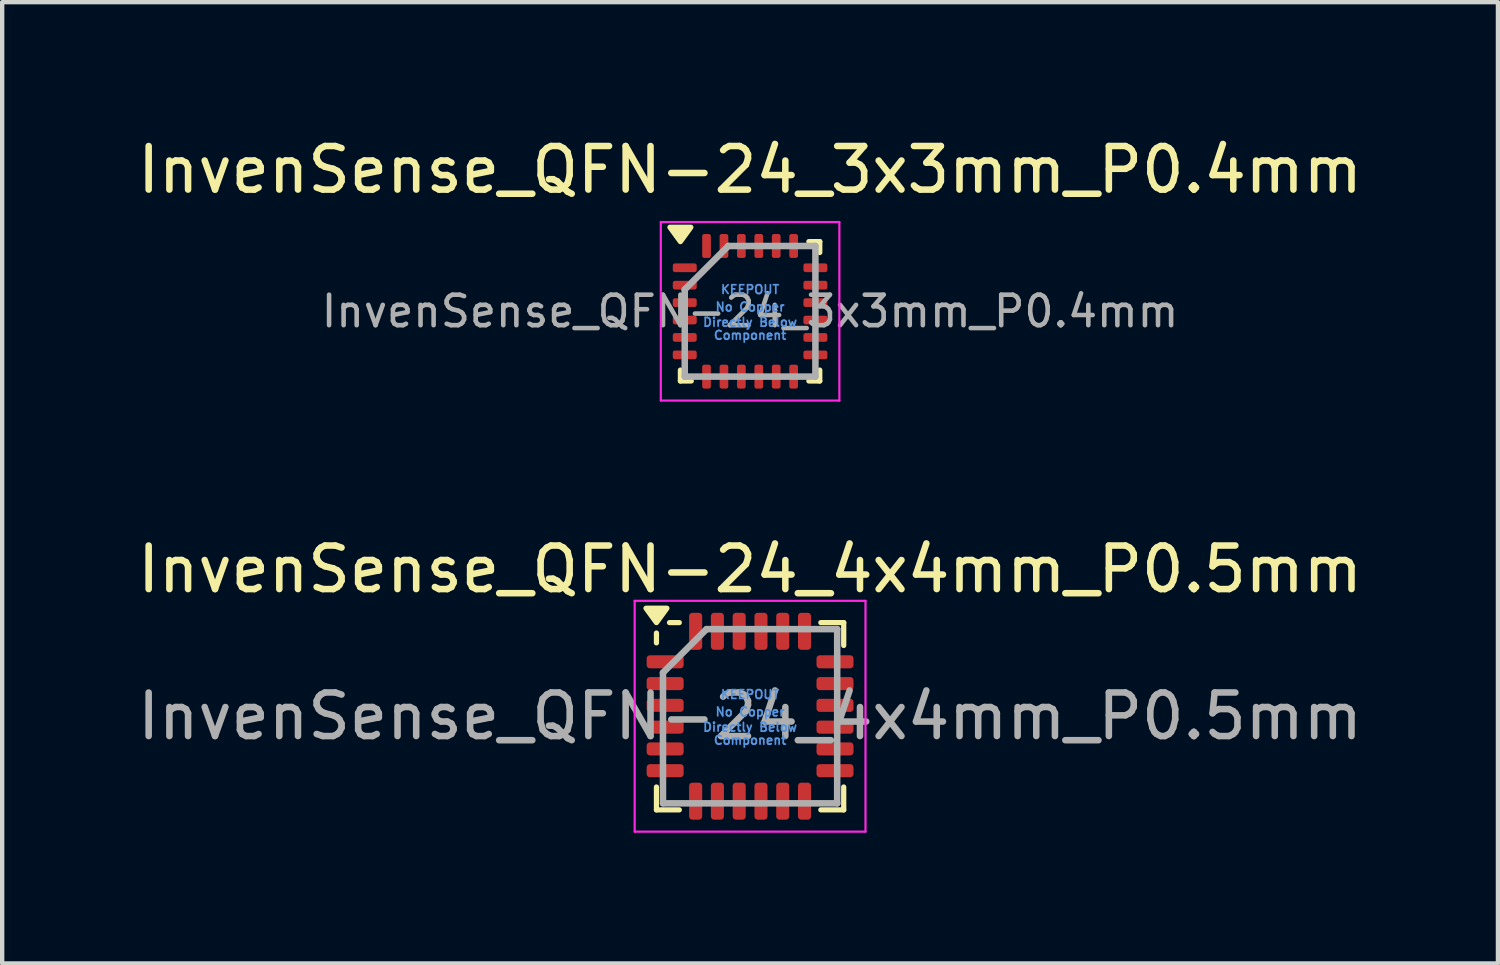
<source format=kicad_pcb>
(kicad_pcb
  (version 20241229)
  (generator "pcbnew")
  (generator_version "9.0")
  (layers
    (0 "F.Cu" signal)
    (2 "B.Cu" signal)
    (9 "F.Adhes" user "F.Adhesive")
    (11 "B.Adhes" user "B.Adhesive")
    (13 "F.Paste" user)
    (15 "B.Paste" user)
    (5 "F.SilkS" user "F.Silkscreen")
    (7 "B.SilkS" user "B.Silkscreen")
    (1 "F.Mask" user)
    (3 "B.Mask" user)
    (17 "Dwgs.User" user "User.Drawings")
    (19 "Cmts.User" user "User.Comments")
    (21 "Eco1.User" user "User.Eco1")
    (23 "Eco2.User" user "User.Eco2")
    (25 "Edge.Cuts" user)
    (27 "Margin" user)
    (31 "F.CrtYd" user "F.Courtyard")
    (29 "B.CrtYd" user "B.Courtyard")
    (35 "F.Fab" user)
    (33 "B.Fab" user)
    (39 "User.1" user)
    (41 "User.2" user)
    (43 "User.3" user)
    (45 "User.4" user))
  (footprint "InvenSense_QFN-24_4x4mm_P0.5mm"
    (layer "F.Cu")
    (at 14.173 13.396)
    (property "Reference" "InvenSense_QFN-24_4x4mm_P0.5mm" (at 0 -3.375 0) (layer "F.SilkS") (effects (font (size 1 1) (thickness 0.15))))
    (attr smd)
    (fp_line (start -2.15 -1.685) (end -2.15 -1.91) (stroke (width 0.12) (type solid)) (layer "F.SilkS"))
    (fp_line (start -2.15 2.15) (end -2.15 1.625) (stroke (width 0.12) (type solid)) (layer "F.SilkS"))
    (fp_line (start -2.15 2.15) (end -1.625 2.15) (stroke (width 0.12) (type solid)) (layer "F.SilkS"))
    (fp_line (start -1.625 -2.15) (end -1.85 -2.15) (stroke (width 0.12) (type solid)) (layer "F.SilkS"))
    (fp_line (start 2.15 -2.15) (end 1.625 -2.15) (stroke (width 0.12) (type solid)) (layer "F.SilkS"))
    (fp_line (start 2.15 -2.15) (end 2.15 -1.625) (stroke (width 0.12) (type solid)) (layer "F.SilkS"))
    (fp_line (start 2.15 2.15) (end 1.625 2.15) (stroke (width 0.12) (type solid)) (layer "F.SilkS"))
    (fp_line (start 2.15 2.15) (end 2.15 1.625) (stroke (width 0.12) (type solid)) (layer "F.SilkS"))
    (fp_poly (pts (xy -2.15 -2.15) (xy -2.39 -2.48) (xy -1.91 -2.48) (xy -2.15 -2.15)) (stroke (width 0.12) (type solid)) (fill yes) (layer "F.SilkS"))
    (fp_line (start -2.65 -2.65) (end -2.65 2.65) (stroke (width 0.05) (type solid)) (layer "F.CrtYd"))
    (fp_line (start -2.65 -2.65) (end 2.65 -2.65) (stroke (width 0.05) (type solid)) (layer "F.CrtYd"))
    (fp_line (start -2.65 2.65) (end 2.65 2.65) (stroke (width 0.05) (type solid)) (layer "F.CrtYd"))
    (fp_line (start 2.65 -2.65) (end 2.65 2.65) (stroke (width 0.05) (type solid)) (layer "F.CrtYd"))
    (fp_line (start -2 -1) (end -1 -2) (stroke (width 0.15) (type solid)) (layer "F.Fab"))
    (fp_line (start -2 2) (end -2 -1) (stroke (width 0.15) (type solid)) (layer "F.Fab"))
    (fp_line (start -1 -2) (end 2 -2) (stroke (width 0.15) (type solid)) (layer "F.Fab"))
    (fp_line (start 2 -2) (end 2 2) (stroke (width 0.15) (type solid)) (layer "F.Fab"))
    (fp_line (start 2 2) (end -2 2) (stroke (width 0.15) (type solid)) (layer "F.Fab"))
    (fp_text user "Directly Below" (at 0 0.25 0) (layer "Cmts.User") (effects (font (size 0.2 0.2) (thickness 0.04))))
    (fp_text user "No Copper" (at 0 -0.1 0) (layer "Cmts.User") (effects (font (size 0.2 0.2) (thickness 0.04))))
    (fp_text user "KEEPOUT" (at 0 -0.5 0) (layer "Cmts.User") (effects (font (size 0.2 0.2) (thickness 0.04))))
    (fp_text user "Component" (at 0 0.55 0) (layer "Cmts.User") (effects (font (size 0.2 0.2) (thickness 0.04))))
    (fp_text user "${REFERENCE}" (at 0 0 0) (layer "F.Fab") (effects (font (size 1 1) (thickness 0.15))))
    (pad "1" smd roundrect (at -1.95 -1.25) (size 0.85 0.3) (layers "F.Cu" "F.Mask" "F.Paste") (roundrect_rratio 0.25))
    (pad "2" smd roundrect (at -1.95 -0.75) (size 0.85 0.3) (layers "F.Cu" "F.Mask" "F.Paste") (roundrect_rratio 0.25))
    (pad "3" smd roundrect (at -1.95 -0.25) (size 0.85 0.3) (layers "F.Cu" "F.Mask" "F.Paste") (roundrect_rratio 0.25))
    (pad "4" smd roundrect (at -1.95 0.25) (size 0.85 0.3) (layers "F.Cu" "F.Mask" "F.Paste") (roundrect_rratio 0.25))
    (pad "5" smd roundrect (at -1.95 0.75) (size 0.85 0.3) (layers "F.Cu" "F.Mask" "F.Paste") (roundrect_rratio 0.25))
    (pad "6" smd roundrect (at -1.95 1.25) (size 0.85 0.3) (layers "F.Cu" "F.Mask" "F.Paste") (roundrect_rratio 0.25))
    (pad "7" smd roundrect (at -1.25 1.95 90) (size 0.85 0.3) (layers "F.Cu" "F.Mask" "F.Paste") (roundrect_rratio 0.25))
    (pad "8" smd roundrect (at -0.75 1.95 90) (size 0.85 0.3) (layers "F.Cu" "F.Mask" "F.Paste") (roundrect_rratio 0.25))
    (pad "9" smd roundrect (at -0.25 1.95 90) (size 0.85 0.3) (layers "F.Cu" "F.Mask" "F.Paste") (roundrect_rratio 0.25))
    (pad "10" smd roundrect (at 0.25 1.95 90) (size 0.85 0.3) (layers "F.Cu" "F.Mask" "F.Paste") (roundrect_rratio 0.25))
    (pad "11" smd roundrect (at 0.75 1.95 90) (size 0.85 0.3) (layers "F.Cu" "F.Mask" "F.Paste") (roundrect_rratio 0.25))
    (pad "12" smd roundrect (at 1.25 1.95 90) (size 0.85 0.3) (layers "F.Cu" "F.Mask" "F.Paste") (roundrect_rratio 0.25))
    (pad "13" smd roundrect (at 1.95 1.25) (size 0.85 0.3) (layers "F.Cu" "F.Mask" "F.Paste") (roundrect_rratio 0.25))
    (pad "14" smd roundrect (at 1.95 0.75) (size 0.85 0.3) (layers "F.Cu" "F.Mask" "F.Paste") (roundrect_rratio 0.25))
    (pad "15" smd roundrect (at 1.95 0.25) (size 0.85 0.3) (layers "F.Cu" "F.Mask" "F.Paste") (roundrect_rratio 0.25))
    (pad "16" smd roundrect (at 1.95 -0.25) (size 0.85 0.3) (layers "F.Cu" "F.Mask" "F.Paste") (roundrect_rratio 0.25))
    (pad "17" smd roundrect (at 1.95 -0.75) (size 0.85 0.3) (layers "F.Cu" "F.Mask" "F.Paste") (roundrect_rratio 0.25))
    (pad "18" smd roundrect (at 1.95 -1.25) (size 0.85 0.3) (layers "F.Cu" "F.Mask" "F.Paste") (roundrect_rratio 0.25))
    (pad "19" smd roundrect (at 1.25 -1.95 90) (size 0.85 0.3) (layers "F.Cu" "F.Mask" "F.Paste") (roundrect_rratio 0.25))
    (pad "20" smd roundrect (at 0.75 -1.95 90) (size 0.85 0.3) (layers "F.Cu" "F.Mask" "F.Paste") (roundrect_rratio 0.25))
    (pad "21" smd roundrect (at 0.25 -1.95 90) (size 0.85 0.3) (layers "F.Cu" "F.Mask" "F.Paste") (roundrect_rratio 0.25))
    (pad "22" smd roundrect (at -0.25 -1.95 90) (size 0.85 0.3) (layers "F.Cu" "F.Mask" "F.Paste") (roundrect_rratio 0.25))
    (pad "23" smd roundrect (at -0.75 -1.95 90) (size 0.85 0.3) (layers "F.Cu" "F.Mask" "F.Paste") (roundrect_rratio 0.25))
    (pad "24" smd roundrect (at -1.25 -1.95 90) (size 0.85 0.3) (layers "F.Cu" "F.Mask" "F.Paste") (roundrect_rratio 0.25))
    (zone (net_name "") (layer "F.Cu") (hatch full 0.508) (connect_pads) (min_thickness 0.254) (filled_areas_thickness no) (keepout (tracks not_allowed) (vias not_allowed) (pads not_allowed) (copperpour not_allowed) (footprints allowed)) (placement (enabled no)) (fill) (polygon (pts (xy 12.798 12.072) (xy 15.548 12.072) (xy 15.548 14.722) (xy 12.798 14.722)))))
  (footprint "InvenSense_QFN-24_3x3mm_P0.4mm"
    (layer "F.Cu")
    (at 14.173 4.098)
    (property "Reference" "InvenSense_QFN-24_3x3mm_P0.4mm" (at 0 -3.25 0) (layer "F.SilkS") (effects (font (size 1 1) (thickness 0.15))))
    (attr smd)
    (fp_line (start -1.6 1.6) (end -1.6 1.35) (stroke (width 0.12) (type solid)) (layer "F.SilkS"))
    (fp_line (start -1.6 1.6) (end -1.35 1.6) (stroke (width 0.12) (type solid)) (layer "F.SilkS"))
    (fp_line (start 1.6 -1.6) (end 1.35 -1.6) (stroke (width 0.12) (type solid)) (layer "F.SilkS"))
    (fp_line (start 1.6 -1.6) (end 1.6 -1.35) (stroke (width 0.12) (type solid)) (layer "F.SilkS"))
    (fp_line (start 1.6 1.6) (end 1.35 1.6) (stroke (width 0.12) (type solid)) (layer "F.SilkS"))
    (fp_line (start 1.6 1.6) (end 1.6 1.35) (stroke (width 0.12) (type solid)) (layer "F.SilkS"))
    (fp_poly (pts (xy -1.6 -1.6) (xy -1.84 -1.93) (xy -1.36 -1.93) (xy -1.6 -1.6)) (stroke (width 0.12) (type solid)) (fill yes) (layer "F.SilkS"))
    (fp_line (start -2.05 -2.05) (end 2.05 -2.05) (stroke (width 0.05) (type solid)) (layer "F.CrtYd"))
    (fp_line (start -2.05 2.05) (end -2.05 -2.05) (stroke (width 0.05) (type solid)) (layer "F.CrtYd"))
    (fp_line (start 2.05 -2.05) (end 2.05 2.05) (stroke (width 0.05) (type solid)) (layer "F.CrtYd"))
    (fp_line (start 2.05 2.05) (end -2.05 2.05) (stroke (width 0.05) (type solid)) (layer "F.CrtYd"))
    (fp_line (start -1.5 -0.5) (end -0.5 -1.5) (stroke (width 0.15) (type solid)) (layer "F.Fab"))
    (fp_line (start -1.5 1.5) (end -1.5 -0.5) (stroke (width 0.15) (type solid)) (layer "F.Fab"))
    (fp_line (start -0.5 -1.5) (end 1.5 -1.5) (stroke (width 0.15) (type solid)) (layer "F.Fab"))
    (fp_line (start 1.5 -1.5) (end 1.5 1.5) (stroke (width 0.15) (type solid)) (layer "F.Fab"))
    (fp_line (start 1.5 1.5) (end -1.5 1.5) (stroke (width 0.15) (type solid)) (layer "F.Fab"))
    (fp_text user "Directly Below" (at 0 0.25 0) (layer "Cmts.User") (effects (font (size 0.2 0.2) (thickness 0.04))))
    (fp_text user "No Copper" (at 0 -0.1 0) (layer "Cmts.User") (effects (font (size 0.2 0.2) (thickness 0.04))))
    (fp_text user "Component" (at 0 0.55 0) (layer "Cmts.User") (effects (font (size 0.2 0.2) (thickness 0.04))))
    (fp_text user "KEEPOUT" (at 0 -0.5 0) (layer "Cmts.User") (effects (font (size 0.2 0.2) (thickness 0.04))))
    (fp_text user "${REFERENCE}" (at 0 0 0) (layer "F.Fab") (effects (font (size 0.7 0.7) (thickness 0.105))))
    (pad "1" smd roundrect (at -1.5 -1) (size 0.55 0.2) (layers "F.Cu" "F.Mask" "F.Paste") (roundrect_rratio 0.25))
    (pad "2" smd roundrect (at -1.5 -0.6) (size 0.55 0.2) (layers "F.Cu" "F.Mask" "F.Paste") (roundrect_rratio 0.25))
    (pad "3" smd roundrect (at -1.5 -0.2) (size 0.55 0.2) (layers "F.Cu" "F.Mask" "F.Paste") (roundrect_rratio 0.25))
    (pad "4" smd roundrect (at -1.5 0.2) (size 0.55 0.2) (layers "F.Cu" "F.Mask" "F.Paste") (roundrect_rratio 0.25))
    (pad "5" smd roundrect (at -1.5 0.6) (size 0.55 0.2) (layers "F.Cu" "F.Mask" "F.Paste") (roundrect_rratio 0.25))
    (pad "6" smd roundrect (at -1.5 1) (size 0.55 0.2) (layers "F.Cu" "F.Mask" "F.Paste") (roundrect_rratio 0.25))
    (pad "7" smd roundrect (at -1 1.5 90) (size 0.55 0.2) (layers "F.Cu" "F.Mask" "F.Paste") (roundrect_rratio 0.25))
    (pad "8" smd roundrect (at -0.6 1.5 90) (size 0.55 0.2) (layers "F.Cu" "F.Mask" "F.Paste") (roundrect_rratio 0.25))
    (pad "9" smd roundrect (at -0.2 1.5 90) (size 0.55 0.2) (layers "F.Cu" "F.Mask" "F.Paste") (roundrect_rratio 0.25))
    (pad "10" smd roundrect (at 0.2 1.5 90) (size 0.55 0.2) (layers "F.Cu" "F.Mask" "F.Paste") (roundrect_rratio 0.25))
    (pad "11" smd roundrect (at 0.6 1.5 90) (size 0.55 0.2) (layers "F.Cu" "F.Mask" "F.Paste") (roundrect_rratio 0.25))
    (pad "12" smd roundrect (at 1 1.5 90) (size 0.55 0.2) (layers "F.Cu" "F.Mask" "F.Paste") (roundrect_rratio 0.25))
    (pad "13" smd roundrect (at 1.5 1) (size 0.55 0.2) (layers "F.Cu" "F.Mask" "F.Paste") (roundrect_rratio 0.25))
    (pad "14" smd roundrect (at 1.5 0.6) (size 0.55 0.2) (layers "F.Cu" "F.Mask" "F.Paste") (roundrect_rratio 0.25))
    (pad "15" smd roundrect (at 1.5 0.2) (size 0.55 0.2) (layers "F.Cu" "F.Mask" "F.Paste") (roundrect_rratio 0.25))
    (pad "16" smd roundrect (at 1.5 -0.2) (size 0.55 0.2) (layers "F.Cu" "F.Mask" "F.Paste") (roundrect_rratio 0.25))
    (pad "17" smd roundrect (at 1.5 -0.6) (size 0.55 0.2) (layers "F.Cu" "F.Mask" "F.Paste") (roundrect_rratio 0.25))
    (pad "18" smd roundrect (at 1.5 -1) (size 0.55 0.2) (layers "F.Cu" "F.Mask" "F.Paste") (roundrect_rratio 0.25))
    (pad "19" smd roundrect (at 1 -1.5 90) (size 0.55 0.2) (layers "F.Cu" "F.Mask" "F.Paste") (roundrect_rratio 0.25))
    (pad "20" smd roundrect (at 0.6 -1.5 90) (size 0.55 0.2) (layers "F.Cu" "F.Mask" "F.Paste") (roundrect_rratio 0.25))
    (pad "21" smd roundrect (at 0.2 -1.5 90) (size 0.55 0.2) (layers "F.Cu" "F.Mask" "F.Paste") (roundrect_rratio 0.25))
    (pad "22" smd roundrect (at -0.2 -1.5 90) (size 0.55 0.2) (layers "F.Cu" "F.Mask" "F.Paste") (roundrect_rratio 0.25))
    (pad "23" smd roundrect (at -0.6 -1.5 90) (size 0.55 0.2) (layers "F.Cu" "F.Mask" "F.Paste") (roundrect_rratio 0.25))
    (pad "24" smd roundrect (at -1 -1.5 90) (size 0.55 0.2) (layers "F.Cu" "F.Mask" "F.Paste") (roundrect_rratio 0.25))
    (zone (net_name "") (layer "F.Cu") (hatch full 0.508) (connect_pads) (min_thickness 0.254) (filled_areas_thickness no) (keepout (tracks not_allowed) (vias not_allowed) (pads not_allowed) (copperpour not_allowed) (footprints allowed)) (placement (enabled no)) (fill) (polygon (pts (xy 13.298 3.303) (xy 15.048 3.303) (xy 15.048 4.893) (xy 13.298 4.893)))))
  (gr_rect
    (start -3 -3)
    (end 31.345 19.072)
    (stroke (width 0.1) (type default))
    (fill no)
    (layer "Edge.Cuts")))
</source>
